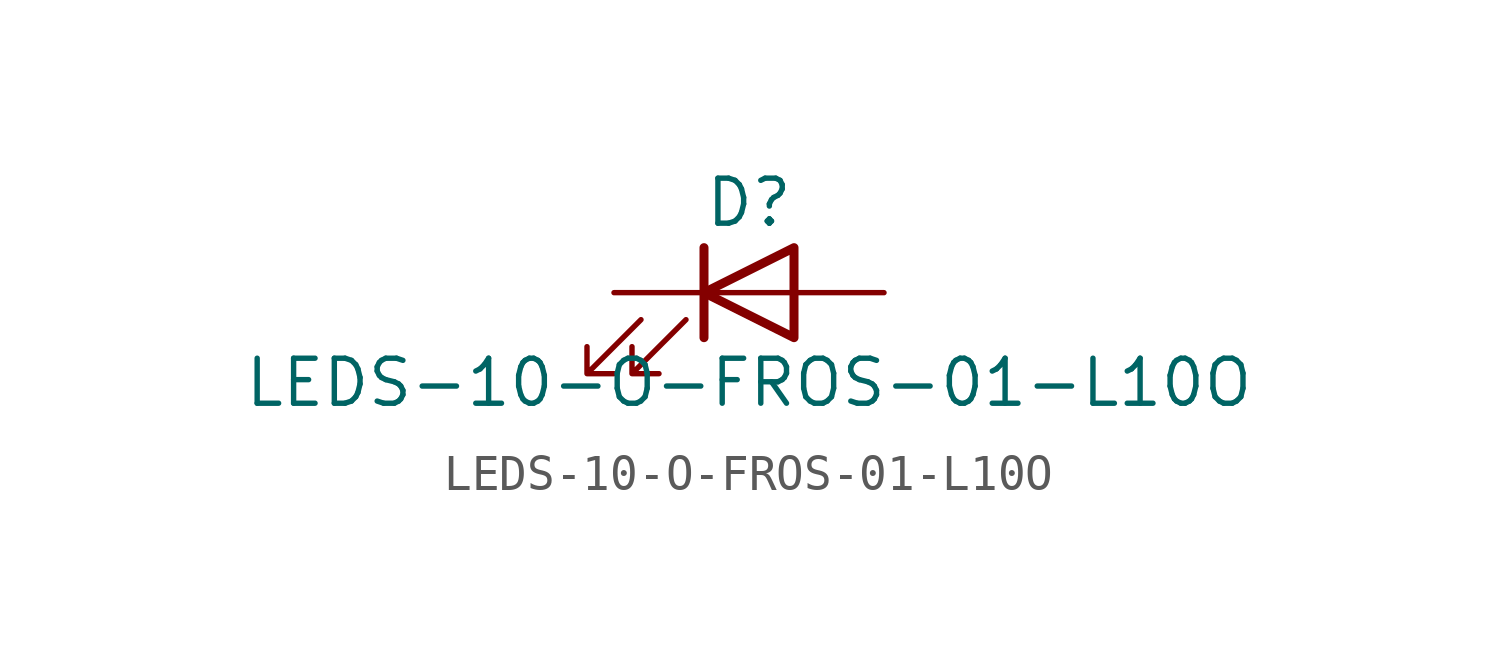
<source format=kicad_sym>
(kicad_symbol_lib
  (version 20211014)
  (generator kicad_symbol_editor)
  (symbol "LEDS-10-O-FROS-01-L10O"
    (pin_numbers hide)
    (pin_names
      (offset 1.016) hide)
    (property "Reference" "D"
      (at 0 2.54 0)
      (effects (font (size 1.27 1.27))))
    (property "Value" "LEDS-10-O-FROS-01-L10O"
      (at 0 -2.54 0)
      (effects (font (size 1.27 1.27))))
    (symbol "LEDS-10-O-FROS-01-L10O_0_1"
      (polyline (pts (xy -1.27 -1.27) (xy -1.27 1.27)) (stroke (width 0.254) (type default) (color 0 0 0 0)) (fill (type none)))
      (polyline (pts (xy -1.27 0) (xy 1.27 0)) (stroke (width 0) (type default) (color 0 0 0 0)) (fill (type none)))
      (polyline (pts (xy 1.27 -1.27) (xy 1.27 1.27) (xy -1.27 0) (xy 1.27 -1.27)) (stroke (width 0.254) (type default) (color 0 0 0 0)) (fill (type none)))
      (polyline (pts (xy -3.048 -0.762) (xy -4.572 -2.286) (xy -3.81 -2.286) (xy -4.572 -2.286) (xy -4.572 -1.524)) (stroke (width 0) (type default) (color 0 0 0 0)) (fill (type none)))
      (polyline (pts (xy -1.778 -0.762) (xy -3.302 -2.286) (xy -2.54 -2.286) (xy -3.302 -2.286) (xy -3.302 -1.524)) (stroke (width 0) (type default) (color 0 0 0 0)) (fill (type none))))
    (symbol "LEDS-10-O-FROS-01-L10O_1_1"
      (pin passive line (at -3.81 0 0) (length 2.54) (name "K" (effects (font (size 1.27 1.27)))) (number "1" (effects (font (size 1.27 1.27)))))
      (pin passive line (at 3.81 0 180) (length 2.54) (name "A" (effects (font (size 1.27 1.27)))) (number "2" (effects (font (size 1.27 1.27))))))))
</source>
